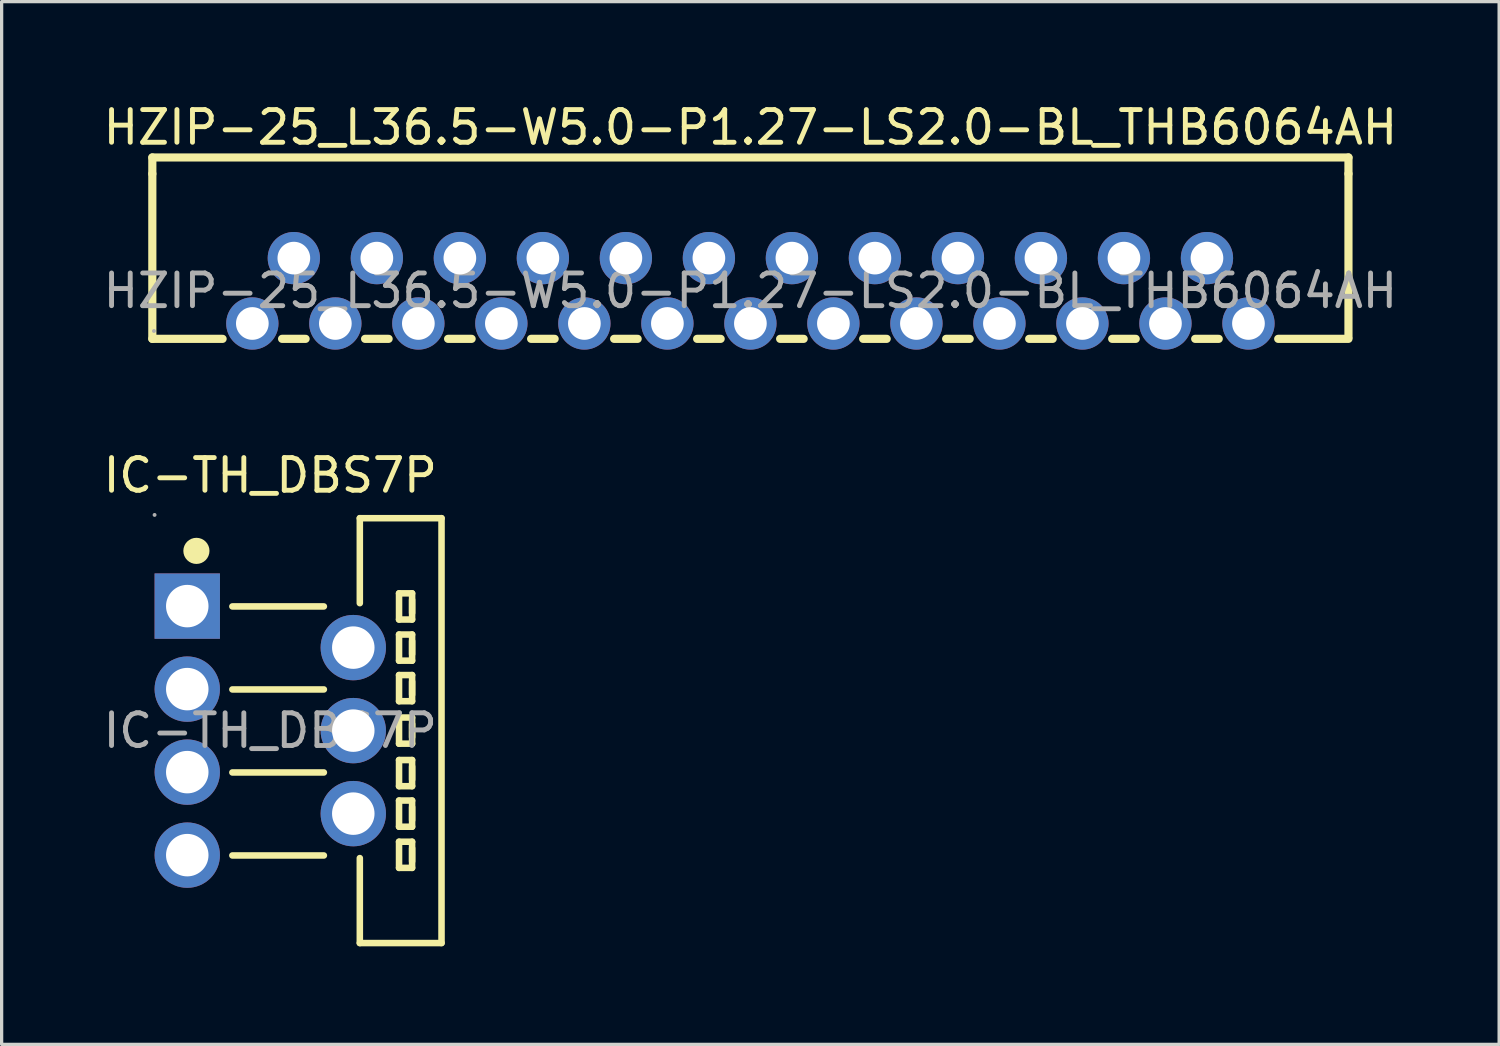
<source format=kicad_pcb>
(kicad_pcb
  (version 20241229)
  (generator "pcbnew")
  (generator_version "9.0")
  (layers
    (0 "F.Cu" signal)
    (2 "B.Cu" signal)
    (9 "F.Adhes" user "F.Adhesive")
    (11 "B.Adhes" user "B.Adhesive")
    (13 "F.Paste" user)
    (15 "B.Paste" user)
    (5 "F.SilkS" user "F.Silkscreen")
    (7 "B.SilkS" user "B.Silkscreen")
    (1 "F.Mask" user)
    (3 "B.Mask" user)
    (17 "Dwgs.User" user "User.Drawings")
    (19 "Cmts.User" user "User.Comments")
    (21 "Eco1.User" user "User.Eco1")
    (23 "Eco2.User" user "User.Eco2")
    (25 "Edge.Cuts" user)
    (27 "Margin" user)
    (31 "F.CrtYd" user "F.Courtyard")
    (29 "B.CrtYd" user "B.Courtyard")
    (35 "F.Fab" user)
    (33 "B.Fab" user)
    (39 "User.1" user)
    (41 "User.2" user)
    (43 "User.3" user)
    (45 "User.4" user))
  (footprint "IC-TH_DBS7P"
    (layer "F.Cu")
    (at 5.22 19.306)
    (property "Reference" "IC-TH_DBS7P" (at 0 -7.81 0) (layer "F.SilkS") (effects (font (size 1 1) (thickness 0.15))))
    (attr through_hole)
    (fp_line (start -1.16 -3.8) (end 1.64 -3.8) (stroke (width 0.2) (type solid)) (layer "F.SilkS"))
    (fp_line (start -1.16 -1.26) (end 1.64 -1.26) (stroke (width 0.2) (type solid)) (layer "F.SilkS"))
    (fp_line (start -1.16 1.28) (end 1.64 1.28) (stroke (width 0.2) (type solid)) (layer "F.SilkS"))
    (fp_line (start -1.16 3.82) (end 1.64 3.82) (stroke (width 0.2) (type solid)) (layer "F.SilkS"))
    (fp_line (start 2.74 -6.5) (end 2.74 -3.9) (stroke (width 0.2) (type solid)) (layer "F.SilkS"))
    (fp_line (start 2.74 3.9) (end 2.74 6.5) (stroke (width 0.2) (type solid)) (layer "F.SilkS"))
    (fp_line (start 2.74 6.5) (end 5.24 6.5) (stroke (width 0.2) (type solid)) (layer "F.SilkS"))
    (fp_line (start 3.94 -4.2) (end 4.34 -4.2) (stroke (width 0.2) (type solid)) (layer "F.SilkS"))
    (fp_line (start 3.94 -3.4) (end 3.94 -4.2) (stroke (width 0.2) (type solid)) (layer "F.SilkS"))
    (fp_line (start 3.94 -2.94) (end 4.34 -2.94) (stroke (width 0.2) (type solid)) (layer "F.SilkS"))
    (fp_line (start 3.94 -2.14) (end 3.94 -2.94) (stroke (width 0.2) (type solid)) (layer "F.SilkS"))
    (fp_line (start 3.94 -1.7) (end 4.34 -1.7) (stroke (width 0.2) (type solid)) (layer "F.SilkS"))
    (fp_line (start 3.94 -0.9) (end 3.94 -1.7) (stroke (width 0.2) (type solid)) (layer "F.SilkS"))
    (fp_line (start 3.94 -0.4) (end 3.94 0.4) (stroke (width 0.2) (type solid)) (layer "F.SilkS"))
    (fp_line (start 3.94 0.4) (end 4.34 0.4) (stroke (width 0.2) (type solid)) (layer "F.SilkS"))
    (fp_line (start 3.94 0.9) (end 4.34 0.9) (stroke (width 0.2) (type solid)) (layer "F.SilkS"))
    (fp_line (start 3.94 1.7) (end 3.94 0.9) (stroke (width 0.2) (type solid)) (layer "F.SilkS"))
    (fp_line (start 3.94 2.14) (end 4.34 2.14) (stroke (width 0.2) (type solid)) (layer "F.SilkS"))
    (fp_line (start 3.94 2.94) (end 3.94 2.14) (stroke (width 0.2) (type solid)) (layer "F.SilkS"))
    (fp_line (start 3.94 3.4) (end 4.34 3.4) (stroke (width 0.2) (type solid)) (layer "F.SilkS"))
    (fp_line (start 3.94 4.2) (end 3.94 3.4) (stroke (width 0.2) (type solid)) (layer "F.SilkS"))
    (fp_line (start 4.34 -4.2) (end 4.34 -3.4) (stroke (width 0.2) (type solid)) (layer "F.SilkS"))
    (fp_line (start 4.34 -3.6) (end 4.34 -4) (stroke (width 0.2) (type solid)) (layer "F.SilkS"))
    (fp_line (start 4.34 -3.4) (end 3.94 -3.4) (stroke (width 0.2) (type solid)) (layer "F.SilkS"))
    (fp_line (start 4.34 -2.94) (end 4.34 -2.14) (stroke (width 0.2) (type solid)) (layer "F.SilkS"))
    (fp_line (start 4.34 -2.34) (end 4.34 -2.74) (stroke (width 0.2) (type solid)) (layer "F.SilkS"))
    (fp_line (start 4.34 -2.14) (end 3.94 -2.14) (stroke (width 0.2) (type solid)) (layer "F.SilkS"))
    (fp_line (start 4.34 -1.7) (end 4.34 -0.9) (stroke (width 0.2) (type solid)) (layer "F.SilkS"))
    (fp_line (start 4.34 -1.1) (end 4.34 -1.5) (stroke (width 0.2) (type solid)) (layer "F.SilkS"))
    (fp_line (start 4.34 -0.9) (end 3.94 -0.9) (stroke (width 0.2) (type solid)) (layer "F.SilkS"))
    (fp_line (start 4.34 -0.4) (end 3.94 -0.4) (stroke (width 0.2) (type solid)) (layer "F.SilkS"))
    (fp_line (start 4.34 0.2) (end 4.34 -0.2) (stroke (width 0.2) (type solid)) (layer "F.SilkS"))
    (fp_line (start 4.34 0.4) (end 4.34 -0.4) (stroke (width 0.2) (type solid)) (layer "F.SilkS"))
    (fp_line (start 4.34 0.9) (end 4.34 1.7) (stroke (width 0.2) (type solid)) (layer "F.SilkS"))
    (fp_line (start 4.34 1.5) (end 4.34 1.1) (stroke (width 0.2) (type solid)) (layer "F.SilkS"))
    (fp_line (start 4.34 1.7) (end 3.94 1.7) (stroke (width 0.2) (type solid)) (layer "F.SilkS"))
    (fp_line (start 4.34 2.14) (end 4.34 2.94) (stroke (width 0.2) (type solid)) (layer "F.SilkS"))
    (fp_line (start 4.34 2.74) (end 4.34 2.34) (stroke (width 0.2) (type solid)) (layer "F.SilkS"))
    (fp_line (start 4.34 2.94) (end 3.94 2.94) (stroke (width 0.2) (type solid)) (layer "F.SilkS"))
    (fp_line (start 4.34 3.4) (end 4.34 4.2) (stroke (width 0.2) (type solid)) (layer "F.SilkS"))
    (fp_line (start 4.34 4) (end 4.34 3.6) (stroke (width 0.2) (type solid)) (layer "F.SilkS"))
    (fp_line (start 4.34 4.2) (end 3.94 4.2) (stroke (width 0.2) (type solid)) (layer "F.SilkS"))
    (fp_line (start 5.24 -6.5) (end 2.74 -6.5) (stroke (width 0.2) (type solid)) (layer "F.SilkS"))
    (fp_line (start 5.24 6.5) (end 5.24 -6.5) (stroke (width 0.2) (type solid)) (layer "F.SilkS"))
    (fp_arc (start -2.26 -5.5) (mid -2.26 -5.5) (end -2.26 -5.5) (stroke (width 0.4) (type solid)) (layer "F.SilkS"))
    (fp_circle (center -3.54 -6.6) (end -3.51 -6.6) (stroke (width 0.06) (type solid)) (fill no) (layer "F.Fab"))
    (fp_circle (center -2.54 -3.81) (end -2.26 -3.81) (stroke (width 0.55) (type solid)) (fill no) (layer "F.Fab"))
    (fp_circle (center -2.54 -1.27) (end -2.26 -1.27) (stroke (width 0.55) (type solid)) (fill no) (layer "F.Fab"))
    (fp_circle (center -2.54 1.27) (end -2.26 1.27) (stroke (width 0.55) (type solid)) (fill no) (layer "F.Fab"))
    (fp_circle (center -2.54 3.81) (end -2.26 3.81) (stroke (width 0.55) (type solid)) (fill no) (layer "F.Fab"))
    (fp_circle (center 2.54 -2.54) (end 2.82 -2.54) (stroke (width 0.55) (type solid)) (fill no) (layer "F.Fab"))
    (fp_circle (center 2.54 0) (end 2.82 0) (stroke (width 0.55) (type solid)) (fill no) (layer "F.Fab"))
    (fp_circle (center 2.54 2.54) (end 2.82 2.54) (stroke (width 0.55) (type solid)) (fill no) (layer "F.Fab"))
    (fp_text user "${REFERENCE}" (at 0 0 0) (layer "F.Fab") (effects (font (size 1 1) (thickness 0.15))))
    (pad "1" thru_hole rect (at -2.54 -3.81 270) (size 2 2) (drill 1.3) (layers "*.Cu" "*.Paste" "*.Mask"))
    (pad "2" thru_hole circle (at 2.54 -2.54 270) (size 2 2) (drill 1.3) (layers "*.Cu" "*.Paste" "*.Mask"))
    (pad "3" thru_hole circle (at -2.54 -1.27 270) (size 2 2) (drill 1.3) (layers "*.Cu" "*.Paste" "*.Mask"))
    (pad "4" thru_hole circle (at 2.54 0 270) (size 2 2) (drill 1.3) (layers "*.Cu" "*.Paste" "*.Mask"))
    (pad "5" thru_hole circle (at -2.54 1.27 270) (size 2 2) (drill 1.3) (layers "*.Cu" "*.Paste" "*.Mask"))
    (pad "6" thru_hole circle (at 2.54 2.54 270) (size 2 2) (drill 1.3) (layers "*.Cu" "*.Paste" "*.Mask"))
    (pad "7" thru_hole circle (at -2.54 3.81 270) (size 2 2) (drill 1.3) (layers "*.Cu" "*.Paste" "*.Mask")))
  (footprint "HZIP-25_L36.5-W5.0-P1.27-LS2.0-BL_THB6064AH"
    (layer "F.Cu")
    (at 19.911 5.848)
    (property "Reference" "HZIP-25_L36.5-W5.0-P1.27-LS2.0-BL_THB6064AH" (at 0 -5 0) (layer "F.SilkS") (effects (font (size 1 1) (thickness 0.15))))
    (attr through_hole)
    (fp_line (start -18.3 -4.08) (end 18.3 -4.08) (stroke (width 0.25) (type solid)) (layer "F.SilkS"))
    (fp_line (start -18.3 -3.58) (end -18.3 -4.08) (stroke (width 0.25) (type solid)) (layer "F.SilkS"))
    (fp_line (start -18.3 1.47) (end -18.3 -3.58) (stroke (width 0.25) (type solid)) (layer "F.SilkS"))
    (fp_line (start -18.3 1.47) (end -16.15 1.47) (stroke (width 0.25) (type solid)) (layer "F.SilkS"))
    (fp_line (start -14.33 1.47) (end -13.61 1.47) (stroke (width 0.25) (type solid)) (layer "F.SilkS"))
    (fp_line (start -11.79 1.47) (end -11.07 1.47) (stroke (width 0.25) (type solid)) (layer "F.SilkS"))
    (fp_line (start -9.25 1.47) (end -8.53 1.47) (stroke (width 0.25) (type solid)) (layer "F.SilkS"))
    (fp_line (start -6.71 1.47) (end -5.99 1.47) (stroke (width 0.25) (type solid)) (layer "F.SilkS"))
    (fp_line (start -4.17 1.47) (end -3.45 1.47) (stroke (width 0.25) (type solid)) (layer "F.SilkS"))
    (fp_line (start -1.63 1.47) (end -0.91 1.47) (stroke (width 0.25) (type solid)) (layer "F.SilkS"))
    (fp_line (start 0.91 1.47) (end 1.63 1.47) (stroke (width 0.25) (type solid)) (layer "F.SilkS"))
    (fp_line (start 3.45 1.47) (end 4.17 1.47) (stroke (width 0.25) (type solid)) (layer "F.SilkS"))
    (fp_line (start 5.99 1.47) (end 6.71 1.47) (stroke (width 0.25) (type solid)) (layer "F.SilkS"))
    (fp_line (start 8.53 1.47) (end 9.25 1.47) (stroke (width 0.25) (type solid)) (layer "F.SilkS"))
    (fp_line (start 11.07 1.47) (end 11.79 1.47) (stroke (width 0.25) (type solid)) (layer "F.SilkS"))
    (fp_line (start 13.61 1.47) (end 14.33 1.47) (stroke (width 0.25) (type solid)) (layer "F.SilkS"))
    (fp_line (start 16.15 1.47) (end 18.3 1.47) (stroke (width 0.25) (type solid)) (layer "F.SilkS"))
    (fp_line (start 18.3 -3.58) (end 18.3 -4.08) (stroke (width 0.25) (type solid)) (layer "F.SilkS"))
    (fp_line (start 18.3 -3.58) (end 18.3 1.42) (stroke (width 0.25) (type solid)) (layer "F.SilkS"))
    (fp_circle (center -18.25 1.23) (end -18.22 1.23) (stroke (width 0.06) (type solid)) (fill no) (layer "F.Fab"))
    (fp_text user "${REFERENCE}" (at 0 0 0) (layer "F.Fab") (effects (font (size 1 1) (thickness 0.15))))
    (pad "1" thru_hole circle (at -15.24 1) (size 1.6 1.6) (drill 1) (layers "*.Cu" "*.Paste" "*.Mask"))
    (pad "2" thru_hole circle (at -13.97 -1) (size 1.6 1.6) (drill 1) (layers "*.Cu" "*.Paste" "*.Mask"))
    (pad "3" thru_hole circle (at -12.7 1) (size 1.6 1.6) (drill 1) (layers "*.Cu" "*.Paste" "*.Mask"))
    (pad "4" thru_hole circle (at -11.43 -1) (size 1.6 1.6) (drill 1) (layers "*.Cu" "*.Paste" "*.Mask"))
    (pad "5" thru_hole circle (at -10.16 1) (size 1.6 1.6) (drill 1) (layers "*.Cu" "*.Paste" "*.Mask"))
    (pad "6" thru_hole circle (at -8.89 -1) (size 1.6 1.6) (drill 1) (layers "*.Cu" "*.Paste" "*.Mask"))
    (pad "7" thru_hole circle (at -7.62 1) (size 1.6 1.6) (drill 1) (layers "*.Cu" "*.Paste" "*.Mask"))
    (pad "8" thru_hole circle (at -6.35 -1) (size 1.6 1.6) (drill 1) (layers "*.Cu" "*.Paste" "*.Mask"))
    (pad "9" thru_hole circle (at -5.08 1) (size 1.6 1.6) (drill 1) (layers "*.Cu" "*.Paste" "*.Mask"))
    (pad "10" thru_hole circle (at -3.81 -1) (size 1.6 1.6) (drill 1) (layers "*.Cu" "*.Paste" "*.Mask"))
    (pad "11" thru_hole circle (at -2.54 1) (size 1.6 1.6) (drill 1) (layers "*.Cu" "*.Paste" "*.Mask"))
    (pad "12" thru_hole circle (at -1.27 -1) (size 1.6 1.6) (drill 1) (layers "*.Cu" "*.Paste" "*.Mask"))
    (pad "13" thru_hole circle (at 0 1) (size 1.6 1.6) (drill 1) (layers "*.Cu" "*.Paste" "*.Mask"))
    (pad "14" thru_hole circle (at 1.27 -1) (size 1.6 1.6) (drill 1) (layers "*.Cu" "*.Paste" "*.Mask"))
    (pad "15" thru_hole circle (at 2.54 1) (size 1.6 1.6) (drill 1) (layers "*.Cu" "*.Paste" "*.Mask"))
    (pad "16" thru_hole circle (at 3.81 -1) (size 1.6 1.6) (drill 1) (layers "*.Cu" "*.Paste" "*.Mask"))
    (pad "17" thru_hole circle (at 5.08 1) (size 1.6 1.6) (drill 1) (layers "*.Cu" "*.Paste" "*.Mask"))
    (pad "18" thru_hole circle (at 6.35 -1) (size 1.6 1.6) (drill 1) (layers "*.Cu" "*.Paste" "*.Mask"))
    (pad "19" thru_hole circle (at 7.62 1) (size 1.6 1.6) (drill 1) (layers "*.Cu" "*.Paste" "*.Mask"))
    (pad "20" thru_hole circle (at 8.89 -1) (size 1.6 1.6) (drill 1) (layers "*.Cu" "*.Paste" "*.Mask"))
    (pad "21" thru_hole circle (at 10.16 1) (size 1.6 1.6) (drill 1) (layers "*.Cu" "*.Paste" "*.Mask"))
    (pad "22" thru_hole circle (at 11.43 -1) (size 1.6 1.6) (drill 1) (layers "*.Cu" "*.Paste" "*.Mask"))
    (pad "23" thru_hole circle (at 12.7 1) (size 1.6 1.6) (drill 1) (layers "*.Cu" "*.Paste" "*.Mask"))
    (pad "24" thru_hole circle (at 13.97 -1) (size 1.6 1.6) (drill 1) (layers "*.Cu" "*.Paste" "*.Mask"))
    (pad "25" thru_hole circle (at 15.24 1) (size 1.6 1.6) (drill 1) (layers "*.Cu" "*.Paste" "*.Mask")))
  (gr_rect
    (start -3 -3)
    (end 42.821 28.907)
    (stroke (width 0.1) (type default))
    (fill no)
    (layer "Edge.Cuts")))
</source>
